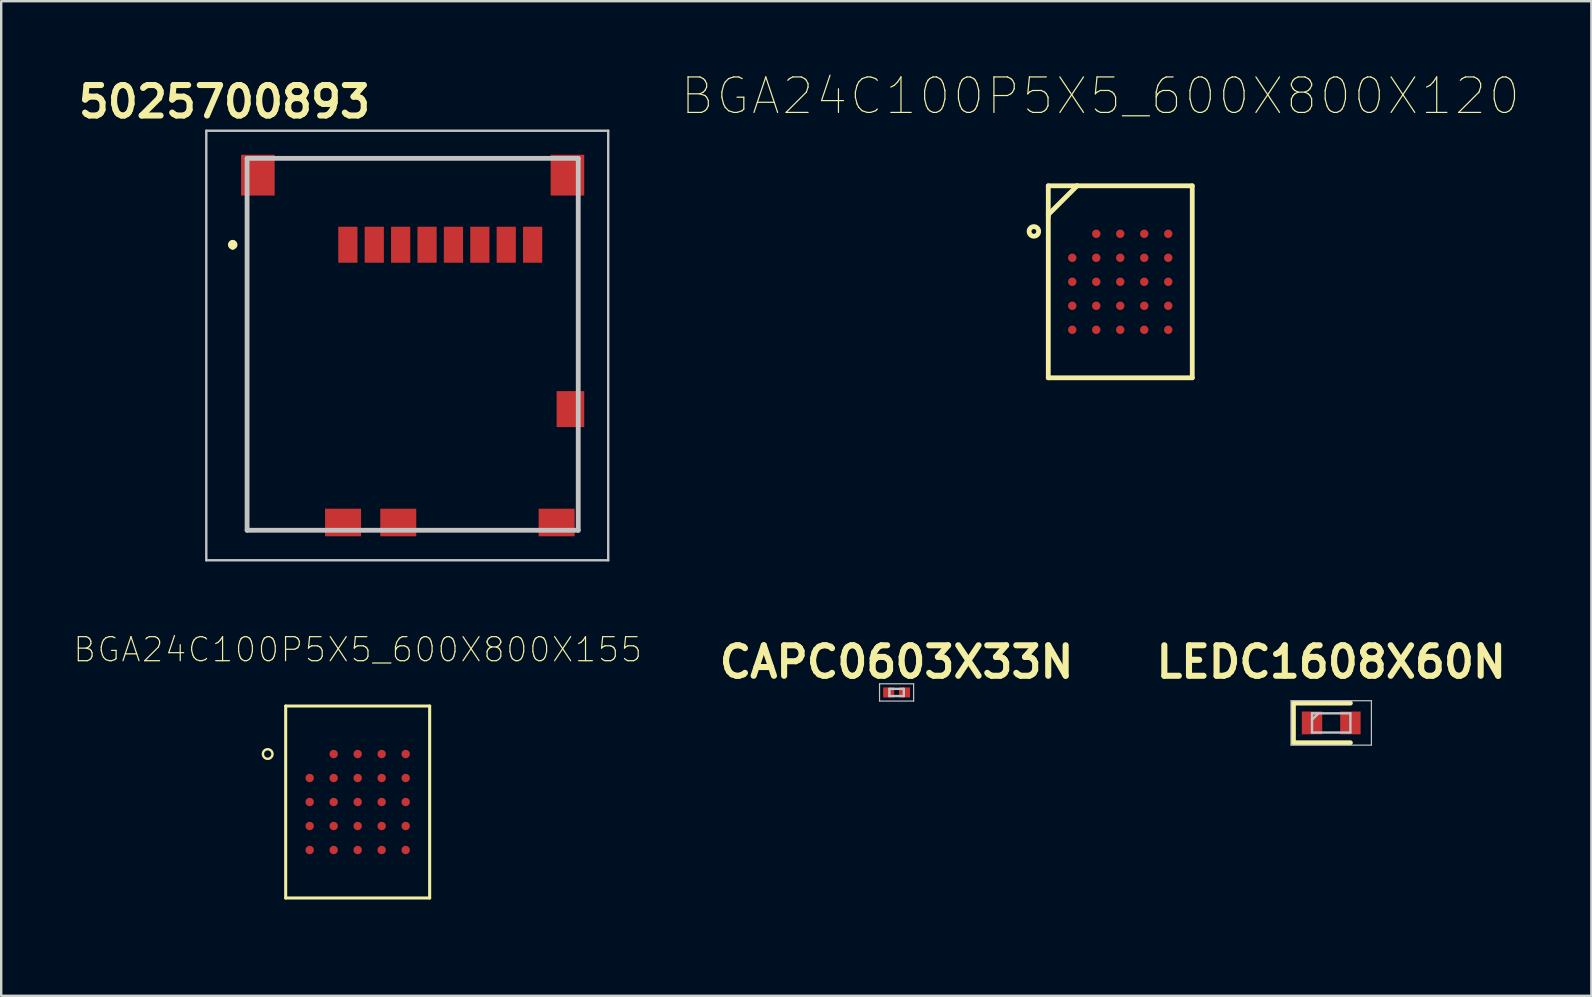
<source format=kicad_pcb>
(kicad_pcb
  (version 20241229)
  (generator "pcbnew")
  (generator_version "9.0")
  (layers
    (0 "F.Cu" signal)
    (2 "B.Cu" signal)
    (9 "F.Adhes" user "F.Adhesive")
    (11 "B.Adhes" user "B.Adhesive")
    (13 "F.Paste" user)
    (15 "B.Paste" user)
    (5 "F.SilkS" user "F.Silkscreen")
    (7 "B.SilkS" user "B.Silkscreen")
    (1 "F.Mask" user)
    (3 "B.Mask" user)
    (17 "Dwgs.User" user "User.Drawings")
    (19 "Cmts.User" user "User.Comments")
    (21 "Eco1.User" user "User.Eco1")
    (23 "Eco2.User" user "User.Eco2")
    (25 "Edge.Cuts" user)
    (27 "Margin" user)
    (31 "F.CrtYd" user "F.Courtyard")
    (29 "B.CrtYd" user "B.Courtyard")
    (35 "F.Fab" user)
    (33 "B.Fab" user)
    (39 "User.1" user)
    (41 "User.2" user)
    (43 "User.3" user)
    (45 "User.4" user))
  (footprint "5025700893"
    (layer "F.Cu")
    (at 13.922 11.349)
    (property "Reference" "5025700893" (at -7.62 -10.16 0) (layer "F.SilkS") (effects (font (size 1.27 1.27) (thickness 0.254))))
    (attr smd)
    (fp_line (start -7.275 -4.3) (end -7.275 -4.3) (stroke (width 0.2) (type solid)) (layer "F.SilkS"))
    (fp_line (start -7.275 -4.1) (end -7.275 -4.1) (stroke (width 0.2) (type solid)) (layer "F.SilkS"))
    (fp_line (start -6.675 -5.26) (end -6.675 7.7) (stroke (width 0.1) (type solid)) (layer "F.SilkS"))
    (fp_line (start -6.675 7.7) (end -4.475 7.7) (stroke (width 0.1) (type solid)) (layer "F.SilkS"))
    (fp_line (start -5.175 -7.8) (end 5.325 -7.8) (stroke (width 0.1) (type solid)) (layer "F.SilkS"))
    (fp_line (start 0.825 7.7) (end 4.825 7.7) (stroke (width 0.1) (type solid)) (layer "F.SilkS"))
    (fp_line (start 7.125 -5.8) (end 7.125 1.2) (stroke (width 0.1) (type solid)) (layer "F.SilkS"))
    (fp_line (start 7.125 3.7) (end 7.125 7.7) (stroke (width 0.1) (type solid)) (layer "F.SilkS"))
    (fp_line (start 7.125 7.7) (end 7.125 7.7) (stroke (width 0.1) (type solid)) (layer "F.SilkS"))
    (fp_arc (start -7.275 -4.3) (mid -7.175 -4.2) (end -7.275 -4.1) (stroke (width 0.2) (type solid)) (layer "F.SilkS"))
    (fp_arc (start -7.275 -4.1) (mid -7.375 -4.2) (end -7.275 -4.3) (stroke (width 0.2) (type solid)) (layer "F.SilkS"))
    (fp_line (start -8.375 -8.95) (end 8.375 -8.95) (stroke (width 0.1) (type solid)) (layer "Dwgs.User"))
    (fp_line (start -8.375 8.95) (end -8.375 -8.95) (stroke (width 0.1) (type solid)) (layer "Dwgs.User"))
    (fp_line (start -6.675 -7.8) (end -6.675 7.7) (stroke (width 0.2) (type solid)) (layer "Dwgs.User"))
    (fp_line (start -6.675 7.7) (end 7.125 7.7) (stroke (width 0.2) (type solid)) (layer "Dwgs.User"))
    (fp_line (start 7.125 -7.8) (end -6.675 -7.8) (stroke (width 0.2) (type solid)) (layer "Dwgs.User"))
    (fp_line (start 7.125 7.7) (end 7.125 -7.8) (stroke (width 0.2) (type solid)) (layer "Dwgs.User"))
    (fp_line (start 8.375 -8.95) (end 8.375 8.95) (stroke (width 0.1) (type solid)) (layer "Dwgs.User"))
    (fp_line (start 8.375 8.95) (end -8.375 8.95) (stroke (width 0.1) (type solid)) (layer "Dwgs.User"))
    (pad "1" smd rect (at -2.475 -4.2) (size 0.8 1.5) (layers "F.Cu" "F.Mask" "F.Paste"))
    (pad "2" smd rect (at -1.375 -4.2) (size 0.8 1.5) (layers "F.Cu" "F.Mask" "F.Paste"))
    (pad "3" smd rect (at -0.275 -4.2) (size 0.8 1.5) (layers "F.Cu" "F.Mask" "F.Paste"))
    (pad "4" smd rect (at 0.825 -4.2) (size 0.8 1.5) (layers "F.Cu" "F.Mask" "F.Paste"))
    (pad "5" smd rect (at 1.925 -4.2) (size 0.8 1.5) (layers "F.Cu" "F.Mask" "F.Paste"))
    (pad "6" smd rect (at 3.025 -4.2) (size 0.8 1.5) (layers "F.Cu" "F.Mask" "F.Paste"))
    (pad "7" smd rect (at 4.125 -4.2) (size 0.8 1.5) (layers "F.Cu" "F.Mask" "F.Paste"))
    (pad "8" smd rect (at 5.225 -4.2) (size 0.8 1.5) (layers "F.Cu" "F.Mask" "F.Paste"))
    (pad "9" smd rect (at 6.8 2.65) (size 1.15 1.5) (layers "F.Cu" "F.Mask" "F.Paste"))
    (pad "10" smd rect (at -0.375 7.375 90) (size 1.15 1.5) (layers "F.Cu" "F.Mask" "F.Paste"))
    (pad "11" smd rect (at 6.225 7.375 90) (size 1.15 1.5) (layers "F.Cu" "F.Mask" "F.Paste"))
    (pad "12" smd rect (at -2.675 7.375 90) (size 1.15 1.5) (layers "F.Cu" "F.Mask" "F.Paste"))
    (pad "13" smd rect (at -6.225 -7.1) (size 1.4 1.7) (layers "F.Cu" "F.Mask" "F.Paste"))
    (pad "14" smd rect (at 6.675 -7.1) (size 1.4 1.7) (layers "F.Cu" "F.Mask" "F.Paste")))
  (footprint "BGA24C100P5X5_600X800X155"
    (layer "F.Cu")
    (at 11.856 30.373)
    (property "Reference" "BGA24C100P5X5_600X800X155" (at 0 -6.35 0) (layer "F.SilkS") (effects (font (size 1.002 1.002) (thickness 0.05))))
    (attr smd)
    (fp_line (start -3 -4) (end 3 -4) (stroke (width 0.127) (type solid)) (layer "F.SilkS"))
    (fp_line (start -3 4) (end -3 -4) (stroke (width 0.127) (type solid)) (layer "F.SilkS"))
    (fp_line (start 3 -4) (end 3 4) (stroke (width 0.127) (type solid)) (layer "F.SilkS"))
    (fp_line (start 3 4) (end -3 4) (stroke (width 0.127) (type solid)) (layer "F.SilkS"))
    (fp_circle (center -3.75 -2) (end -3.55 -2) (stroke (width 0.1) (type solid)) (fill no) (layer "F.SilkS"))
    (fp_line (start -4.05 -5.05) (end 4.05 -5.05) (stroke (width 0.05) (type solid)) (layer "Eco1.User"))
    (fp_line (start -4.05 5.05) (end -4.05 -5.05) (stroke (width 0.05) (type solid)) (layer "Eco1.User"))
    (fp_line (start 4.05 -5.05) (end 4.05 5.05) (stroke (width 0.05) (type solid)) (layer "Eco1.User"))
    (fp_line (start 4.05 5.05) (end -4.05 5.05) (stroke (width 0.05) (type solid)) (layer "Eco1.User"))
    (pad "A2" smd circle (at -1 -2) (size 0.35 0.35) (layers "F.Cu" "F.Mask" "F.Paste"))
    (pad "A3" smd circle (at 0 -2) (size 0.35 0.35) (layers "F.Cu" "F.Mask" "F.Paste"))
    (pad "A4" smd circle (at 1 -2) (size 0.35 0.35) (layers "F.Cu" "F.Mask" "F.Paste"))
    (pad "A5" smd circle (at 2 -2) (size 0.35 0.35) (layers "F.Cu" "F.Mask" "F.Paste"))
    (pad "B1" smd circle (at -2 -1) (size 0.35 0.35) (layers "F.Cu" "F.Mask" "F.Paste"))
    (pad "B2" smd circle (at -1 -1) (size 0.35 0.35) (layers "F.Cu" "F.Mask" "F.Paste"))
    (pad "B3" smd circle (at 0 -1) (size 0.35 0.35) (layers "F.Cu" "F.Mask" "F.Paste"))
    (pad "B4" smd circle (at 1 -1) (size 0.35 0.35) (layers "F.Cu" "F.Mask" "F.Paste"))
    (pad "B5" smd circle (at 2 -1) (size 0.35 0.35) (layers "F.Cu" "F.Mask" "F.Paste"))
    (pad "C1" smd circle (at -2 0) (size 0.35 0.35) (layers "F.Cu" "F.Mask" "F.Paste"))
    (pad "C2" smd circle (at -1 0) (size 0.35 0.35) (layers "F.Cu" "F.Mask" "F.Paste"))
    (pad "C3" smd circle (at 0 0) (size 0.35 0.35) (layers "F.Cu" "F.Mask" "F.Paste"))
    (pad "C4" smd circle (at 1 0) (size 0.35 0.35) (layers "F.Cu" "F.Mask" "F.Paste"))
    (pad "C5" smd circle (at 2 0) (size 0.35 0.35) (layers "F.Cu" "F.Mask" "F.Paste"))
    (pad "D1" smd circle (at -2 1) (size 0.35 0.35) (layers "F.Cu" "F.Mask" "F.Paste"))
    (pad "D2" smd circle (at -1 1) (size 0.35 0.35) (layers "F.Cu" "F.Mask" "F.Paste"))
    (pad "D3" smd circle (at 0 1) (size 0.35 0.35) (layers "F.Cu" "F.Mask" "F.Paste"))
    (pad "D4" smd circle (at 1 1) (size 0.35 0.35) (layers "F.Cu" "F.Mask" "F.Paste"))
    (pad "D5" smd circle (at 2 1) (size 0.35 0.35) (layers "F.Cu" "F.Mask" "F.Paste"))
    (pad "E1" smd circle (at -2 2) (size 0.35 0.35) (layers "F.Cu" "F.Mask" "F.Paste"))
    (pad "E2" smd circle (at -1 2) (size 0.35 0.35) (layers "F.Cu" "F.Mask" "F.Paste"))
    (pad "E3" smd circle (at 0 2) (size 0.35 0.35) (layers "F.Cu" "F.Mask" "F.Paste"))
    (pad "E4" smd circle (at 1 2) (size 0.35 0.35) (layers "F.Cu" "F.Mask" "F.Paste"))
    (pad "E5" smd circle (at 2 2) (size 0.35 0.35) (layers "F.Cu" "F.Mask" "F.Paste")))
  (footprint "BGA24C100P5X5_600X800X120"
    (layer "F.Cu")
    (at 43.636 8.694)
    (property "Reference" "BGA24C100P5X5_600X800X120" (at -0.828 -7.741 0) (layer "F.SilkS") (effects (font (size 1.479 1.479) (thickness 0.05))))
    (attr smd)
    (fp_line (start -3 -4) (end -1.8 -4) (stroke (width 0.2) (type solid)) (layer "F.SilkS"))
    (fp_line (start -3 -2.8) (end -3 -4) (stroke (width 0.2) (type solid)) (layer "F.SilkS"))
    (fp_line (start -3 -2.8) (end -1.8 -4) (stroke (width 0.2) (type solid)) (layer "F.SilkS"))
    (fp_line (start -3 -2.7) (end -3 -2.8) (stroke (width 0.2) (type solid)) (layer "F.SilkS"))
    (fp_line (start -3 4) (end -3 -2.7) (stroke (width 0.2) (type solid)) (layer "F.SilkS"))
    (fp_line (start -1.8 -4) (end 3 -4) (stroke (width 0.2) (type solid)) (layer "F.SilkS"))
    (fp_line (start 3 -4) (end 3 4) (stroke (width 0.2) (type solid)) (layer "F.SilkS"))
    (fp_line (start 3 4) (end -3 4) (stroke (width 0.2) (type solid)) (layer "F.SilkS"))
    (fp_circle (center -3.6 -2.1) (end -3.4 -2.1) (stroke (width 0.2) (type solid)) (fill no) (layer "F.SilkS"))
    (fp_line (start -4 -5) (end 4 -5) (stroke (width 0.05) (type solid)) (layer "Eco1.User"))
    (fp_line (start -4 5) (end -4 -5) (stroke (width 0.05) (type solid)) (layer "Eco1.User"))
    (fp_line (start 4 -5) (end 4 5) (stroke (width 0.05) (type solid)) (layer "Eco1.User"))
    (fp_line (start 4 5) (end -4 5) (stroke (width 0.05) (type solid)) (layer "Eco1.User"))
    (pad "A2" smd circle (at -1 -2) (size 0.35 0.35) (layers "F.Cu" "F.Mask" "F.Paste"))
    (pad "A3" smd circle (at 0 -2) (size 0.35 0.35) (layers "F.Cu" "F.Mask" "F.Paste"))
    (pad "A4" smd circle (at 1 -2) (size 0.35 0.35) (layers "F.Cu" "F.Mask" "F.Paste"))
    (pad "A5" smd circle (at 2 -2) (size 0.35 0.35) (layers "F.Cu" "F.Mask" "F.Paste"))
    (pad "B1" smd circle (at -2 -1) (size 0.35 0.35) (layers "F.Cu" "F.Mask" "F.Paste"))
    (pad "B2" smd circle (at -1 -1) (size 0.35 0.35) (layers "F.Cu" "F.Mask" "F.Paste"))
    (pad "B3" smd circle (at 0 -1) (size 0.35 0.35) (layers "F.Cu" "F.Mask" "F.Paste"))
    (pad "B4" smd circle (at 1 -1) (size 0.35 0.35) (layers "F.Cu" "F.Mask" "F.Paste"))
    (pad "B5" smd circle (at 2 -1) (size 0.35 0.35) (layers "F.Cu" "F.Mask" "F.Paste"))
    (pad "C1" smd circle (at -2 0) (size 0.35 0.35) (layers "F.Cu" "F.Mask" "F.Paste"))
    (pad "C2" smd circle (at -1 0) (size 0.35 0.35) (layers "F.Cu" "F.Mask" "F.Paste"))
    (pad "C3" smd circle (at 0 0) (size 0.35 0.35) (layers "F.Cu" "F.Mask" "F.Paste"))
    (pad "C4" smd circle (at 1 0) (size 0.35 0.35) (layers "F.Cu" "F.Mask" "F.Paste"))
    (pad "C5" smd circle (at 2 0) (size 0.35 0.35) (layers "F.Cu" "F.Mask" "F.Paste"))
    (pad "D1" smd circle (at -2 1) (size 0.35 0.35) (layers "F.Cu" "F.Mask" "F.Paste"))
    (pad "D2" smd circle (at -1 1) (size 0.35 0.35) (layers "F.Cu" "F.Mask" "F.Paste"))
    (pad "D3" smd circle (at 0 1) (size 0.35 0.35) (layers "F.Cu" "F.Mask" "F.Paste"))
    (pad "D4" smd circle (at 1 1) (size 0.35 0.35) (layers "F.Cu" "F.Mask" "F.Paste"))
    (pad "D5" smd circle (at 2 1) (size 0.35 0.35) (layers "F.Cu" "F.Mask" "F.Paste"))
    (pad "E1" smd circle (at -2 2) (size 0.35 0.35) (layers "F.Cu" "F.Mask" "F.Paste"))
    (pad "E2" smd circle (at -1 2) (size 0.35 0.35) (layers "F.Cu" "F.Mask" "F.Paste"))
    (pad "E3" smd circle (at 0 2) (size 0.35 0.35) (layers "F.Cu" "F.Mask" "F.Paste"))
    (pad "E4" smd circle (at 1 2) (size 0.35 0.35) (layers "F.Cu" "F.Mask" "F.Paste"))
    (pad "E5" smd circle (at 2 2) (size 0.35 0.35) (layers "F.Cu" "F.Mask" "F.Paste")))
  (footprint "LEDC1608X60N"
    (layer "F.Cu")
    (at 52.427 27.077)
    (property "Reference" "LEDC1608X60N" (at 0 -2.54 0) (layer "F.SilkS") (effects (font (size 1.27 1.27) (thickness 0.254))))
    (attr smd)
    (fp_line (start -1.575 -0.825) (end -1.575 0.825) (stroke (width 0.2) (type solid)) (layer "F.SilkS"))
    (fp_line (start -1.575 0.825) (end 0.8 0.825) (stroke (width 0.2) (type solid)) (layer "F.SilkS"))
    (fp_line (start 0.8 -0.825) (end -1.575 -0.825) (stroke (width 0.2) (type solid)) (layer "F.SilkS"))
    (fp_line (start -1.675 -0.925) (end 1.675 -0.925) (stroke (width 0.05) (type solid)) (layer "Dwgs.User"))
    (fp_line (start -1.675 0.925) (end -1.675 -0.925) (stroke (width 0.05) (type solid)) (layer "Dwgs.User"))
    (fp_line (start -0.8 -0.4) (end 0.8 -0.4) (stroke (width 0.1) (type solid)) (layer "Dwgs.User"))
    (fp_line (start -0.8 -0.133) (end -0.533 -0.4) (stroke (width 0.1) (type solid)) (layer "Dwgs.User"))
    (fp_line (start -0.8 0.4) (end -0.8 -0.4) (stroke (width 0.1) (type solid)) (layer "Dwgs.User"))
    (fp_line (start 0.8 -0.4) (end 0.8 0.4) (stroke (width 0.1) (type solid)) (layer "Dwgs.User"))
    (fp_line (start 0.8 0.4) (end -0.8 0.4) (stroke (width 0.1) (type solid)) (layer "Dwgs.User"))
    (fp_line (start 1.675 -0.925) (end 1.675 0.925) (stroke (width 0.05) (type solid)) (layer "Dwgs.User"))
    (fp_line (start 1.675 0.925) (end -1.675 0.925) (stroke (width 0.05) (type solid)) (layer "Dwgs.User"))
    (pad "1" smd rect (at -0.8 0) (size 0.85 0.95) (layers "F.Cu" "F.Mask" "F.Paste"))
    (pad "2" smd rect (at 0.8 0) (size 0.85 0.95) (layers "F.Cu" "F.Mask" "F.Paste")))
  (footprint "CAPC0603X33N"
    (layer "F.Cu")
    (at 34.314 25.807)
    (property "Reference" "CAPC0603X33N" (at 0 -1.27 0) (layer "F.SilkS") (effects (font (size 1.27 1.27) (thickness 0.254))))
    (attr smd)
    (fp_line (start -0.71 -0.36) (end 0.71 -0.36) (stroke (width 0.05) (type solid)) (layer "Dwgs.User"))
    (fp_line (start -0.71 0.36) (end -0.71 -0.36) (stroke (width 0.05) (type solid)) (layer "Dwgs.User"))
    (fp_line (start -0.3 -0.15) (end 0.3 -0.15) (stroke (width 0.1) (type solid)) (layer "Dwgs.User"))
    (fp_line (start -0.3 0.15) (end -0.3 -0.15) (stroke (width 0.1) (type solid)) (layer "Dwgs.User"))
    (fp_line (start 0.3 -0.15) (end 0.3 0.15) (stroke (width 0.1) (type solid)) (layer "Dwgs.User"))
    (fp_line (start 0.3 0.15) (end -0.3 0.15) (stroke (width 0.1) (type solid)) (layer "Dwgs.User"))
    (fp_line (start 0.71 -0.36) (end 0.71 0.36) (stroke (width 0.05) (type solid)) (layer "Dwgs.User"))
    (fp_line (start 0.71 0.36) (end -0.71 0.36) (stroke (width 0.05) (type solid)) (layer "Dwgs.User"))
    (pad "1" smd rect (at -0.33 0 90) (size 0.42 0.46) (layers "F.Cu" "F.Mask" "F.Paste"))
    (pad "2" smd rect (at 0.33 0 90) (size 0.42 0.46) (layers "F.Cu" "F.Mask" "F.Paste")))
  (gr_rect
    (start -3 -3)
    (end 63.269 38.448)
    (stroke (width 0.1) (type default))
    (fill no)
    (layer "Edge.Cuts")))
</source>
